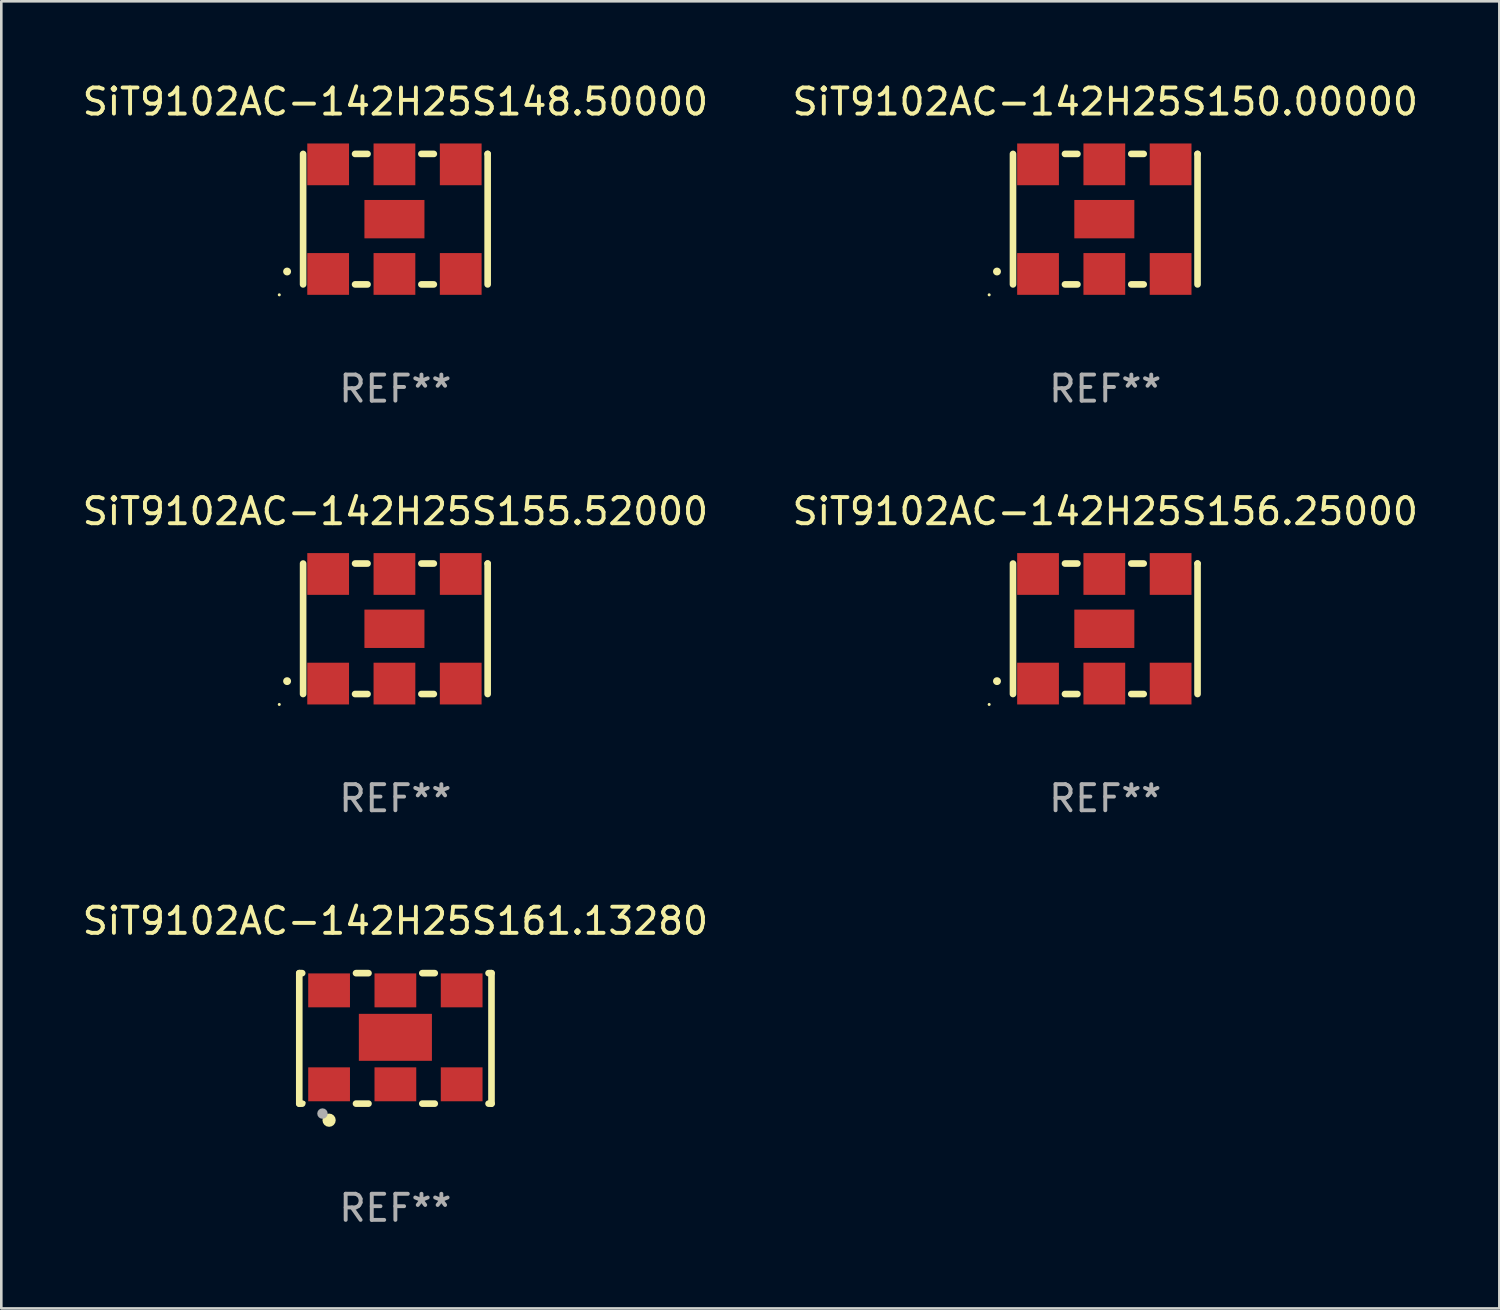
<source format=kicad_pcb>
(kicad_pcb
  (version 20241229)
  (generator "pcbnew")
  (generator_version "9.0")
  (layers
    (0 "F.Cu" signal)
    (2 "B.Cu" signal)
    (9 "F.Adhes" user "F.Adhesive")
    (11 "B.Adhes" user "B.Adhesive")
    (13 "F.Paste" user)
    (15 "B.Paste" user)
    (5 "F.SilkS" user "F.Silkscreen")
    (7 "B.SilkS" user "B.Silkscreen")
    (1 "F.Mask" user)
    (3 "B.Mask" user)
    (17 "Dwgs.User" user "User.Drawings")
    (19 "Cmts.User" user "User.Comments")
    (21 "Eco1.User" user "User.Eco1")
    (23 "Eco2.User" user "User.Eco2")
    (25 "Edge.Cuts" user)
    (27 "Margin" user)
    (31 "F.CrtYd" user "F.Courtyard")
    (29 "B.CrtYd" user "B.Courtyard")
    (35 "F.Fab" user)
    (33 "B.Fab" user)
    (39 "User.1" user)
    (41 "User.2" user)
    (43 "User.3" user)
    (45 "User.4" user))
  (footprint "SiT9102AC-142H25S155.52000"
    (layer "F.Cu")
    (at 12.101 21.045)
    (property "Reference" "SiT9102AC-142H25S155.52000" (at 0 -4.5 0) (layer "F.SilkS") (effects (font (size 1 1) (thickness 0.15))))
    (attr through_hole)
    (fp_line (start -3.536 -2.5) (end -3.536 2.5) (stroke (width 0.254) (type solid)) (layer "F.SilkS"))
    (fp_line (start -1.544 2.5) (end -1.067 2.5) (stroke (width 0.254) (type solid)) (layer "F.SilkS"))
    (fp_line (start -1.067 -2.5) (end -1.544 -2.5) (stroke (width 0.254) (type solid)) (layer "F.SilkS"))
    (fp_line (start 0.996 2.5) (end 1.473 2.5) (stroke (width 0.254) (type solid)) (layer "F.SilkS"))
    (fp_line (start 1.473 -2.5) (end 0.996 -2.5) (stroke (width 0.254) (type solid)) (layer "F.SilkS"))
    (fp_line (start 3.536 -2.5) (end 3.536 -2.5) (stroke (width 0.254) (type solid)) (layer "F.SilkS"))
    (fp_line (start 3.536 2.5) (end 3.536 -2.5) (stroke (width 0.254) (type solid)) (layer "F.SilkS"))
    (fp_arc (start -4.150432 2.006604) (mid -4.149162 2.006599) (end -4.147892 2.006604) (stroke (width 0.3) (type solid)) (layer "F.SilkS"))
    (fp_circle (center -4.449 2.9) (end -4.419 2.9) (stroke (width 0.06) (type solid)) (fill no) (layer "F.SilkS"))
    (fp_text user "REF**" (at 0 6.5 0) (layer "F.Fab") (effects (font (size 1 1) (thickness 0.15))))
    (pad "1" smd rect (at -2.576 2.1) (size 1.6 1.6) (layers "F.Cu" "F.Mask" "F.Paste"))
    (pad "2" smd rect (at -0.036 2.1) (size 1.6 1.6) (layers "F.Cu" "F.Mask" "F.Paste"))
    (pad "3" smd rect (at 2.504 2.1) (size 1.6 1.6) (layers "F.Cu" "F.Mask" "F.Paste"))
    (pad "4" smd rect (at 2.504 -2.1) (size 1.6 1.6) (layers "F.Cu" "F.Mask" "F.Paste"))
    (pad "5" smd rect (at -0.036 -2.1) (size 1.6 1.6) (layers "F.Cu" "F.Mask" "F.Paste"))
    (pad "6" smd rect (at -2.576 -2.1) (size 1.6 1.6) (layers "F.Cu" "F.Mask" "F.Paste"))
    (pad "7" smd rect (at -0.036 0) (size 2.3 1.47) (layers "F.Cu" "F.Mask" "F.Paste")))
  (footprint "SiT9102AC-142H25S156.25000"
    (layer "F.Cu")
    (at 39.304 21.045)
    (property "Reference" "SiT9102AC-142H25S156.25000" (at 0 -4.5 0) (layer "F.SilkS") (effects (font (size 1 1) (thickness 0.15))))
    (attr through_hole)
    (fp_line (start -3.536 -2.5) (end -3.536 2.5) (stroke (width 0.254) (type solid)) (layer "F.SilkS"))
    (fp_line (start -1.544 2.5) (end -1.067 2.5) (stroke (width 0.254) (type solid)) (layer "F.SilkS"))
    (fp_line (start -1.067 -2.5) (end -1.544 -2.5) (stroke (width 0.254) (type solid)) (layer "F.SilkS"))
    (fp_line (start 0.996 2.5) (end 1.473 2.5) (stroke (width 0.254) (type solid)) (layer "F.SilkS"))
    (fp_line (start 1.473 -2.5) (end 0.996 -2.5) (stroke (width 0.254) (type solid)) (layer "F.SilkS"))
    (fp_line (start 3.536 -2.5) (end 3.536 -2.5) (stroke (width 0.254) (type solid)) (layer "F.SilkS"))
    (fp_line (start 3.536 2.5) (end 3.536 -2.5) (stroke (width 0.254) (type solid)) (layer "F.SilkS"))
    (fp_arc (start -4.150432 2.006604) (mid -4.149162 2.006599) (end -4.147892 2.006604) (stroke (width 0.3) (type solid)) (layer "F.SilkS"))
    (fp_circle (center -4.449 2.9) (end -4.419 2.9) (stroke (width 0.06) (type solid)) (fill no) (layer "F.SilkS"))
    (fp_text user "REF**" (at 0 6.5 0) (layer "F.Fab") (effects (font (size 1 1) (thickness 0.15))))
    (pad "1" smd rect (at -2.576 2.1) (size 1.6 1.6) (layers "F.Cu" "F.Mask" "F.Paste"))
    (pad "2" smd rect (at -0.036 2.1) (size 1.6 1.6) (layers "F.Cu" "F.Mask" "F.Paste"))
    (pad "3" smd rect (at 2.504 2.1) (size 1.6 1.6) (layers "F.Cu" "F.Mask" "F.Paste"))
    (pad "4" smd rect (at 2.504 -2.1) (size 1.6 1.6) (layers "F.Cu" "F.Mask" "F.Paste"))
    (pad "5" smd rect (at -0.036 -2.1) (size 1.6 1.6) (layers "F.Cu" "F.Mask" "F.Paste"))
    (pad "6" smd rect (at -2.576 -2.1) (size 1.6 1.6) (layers "F.Cu" "F.Mask" "F.Paste"))
    (pad "7" smd rect (at -0.036 0) (size 2.3 1.47) (layers "F.Cu" "F.Mask" "F.Paste")))
  (footprint "SiT9102AC-142H25S161.13280"
    (layer "F.Cu")
    (at 12.101 36.741)
    (property "Reference" "SiT9102AC-142H25S161.13280" (at 0 -4.5 0) (layer "F.SilkS") (effects (font (size 1 1) (thickness 0.15))))
    (attr through_hole)
    (fp_line (start -3.683 -2.5) (end -3.571 -2.5) (stroke (width 0.254) (type solid)) (layer "F.SilkS"))
    (fp_line (start -3.683 2.5) (end -3.683 -2.5) (stroke (width 0.254) (type solid)) (layer "F.SilkS"))
    (fp_line (start -3.683 2.5) (end -3.571 2.5) (stroke (width 0.254) (type solid)) (layer "F.SilkS"))
    (fp_line (start -1.509 -2.5) (end -1.031 -2.5) (stroke (width 0.254) (type solid)) (layer "F.SilkS"))
    (fp_line (start -1.509 2.5) (end -1.031 2.5) (stroke (width 0.254) (type solid)) (layer "F.SilkS"))
    (fp_line (start 1.031 -2.5) (end 1.509 -2.5) (stroke (width 0.254) (type solid)) (layer "F.SilkS"))
    (fp_line (start 1.031 2.5) (end 1.509 2.5) (stroke (width 0.254) (type solid)) (layer "F.SilkS"))
    (fp_line (start 3.571 -2.5) (end 3.683 -2.5) (stroke (width 0.254) (type solid)) (layer "F.SilkS"))
    (fp_line (start 3.571 2.5) (end 3.683 2.5) (stroke (width 0.254) (type solid)) (layer "F.SilkS"))
    (fp_line (start 3.683 2.5) (end 3.683 -2.5) (stroke (width 0.254) (type solid)) (layer "F.SilkS"))
    (fp_circle (center -3.5 2.46) (end -3.47 2.46) (stroke (width 0.06) (type solid)) (fill no) (layer "F.SilkS"))
    (fp_circle (center -2.54 3.135) (end -2.413 3.135) (stroke (width 0.254) (type solid)) (fill no) (layer "F.SilkS"))
    (fp_circle (center -2.794 2.881) (end -2.694 2.881) (stroke (width 0.2) (type solid)) (fill no) (layer "F.Fab"))
    (fp_text user "REF**" (at 0 6.5 0) (layer "F.Fab") (effects (font (size 1 1) (thickness 0.15))))
    (pad "1" smd rect (at -2.54 1.76) (size 1.6 1.3) (layers "F.Cu" "F.Mask" "F.Paste"))
    (pad "2" smd rect (at 0 1.76) (size 1.6 1.3) (layers "F.Cu" "F.Mask" "F.Paste"))
    (pad "3" smd rect (at 2.54 1.76) (size 1.6 1.3) (layers "F.Cu" "F.Mask" "F.Paste"))
    (pad "4" smd rect (at 2.54 -1.84) (size 1.6 1.3) (layers "F.Cu" "F.Mask" "F.Paste"))
    (pad "5" smd rect (at 0 -1.84) (size 1.6 1.3) (layers "F.Cu" "F.Mask" "F.Paste"))
    (pad "6" smd rect (at -2.54 -1.84) (size 1.6 1.3) (layers "F.Cu" "F.Mask" "F.Paste"))
    (pad "7" smd rect (at 0 -0.04) (size 2.8 1.8) (layers "F.Cu" "F.Mask" "F.Paste")))
  (footprint "SiT9102AC-142H25S150.00000"
    (layer "F.Cu")
    (at 39.304 5.348)
    (property "Reference" "SiT9102AC-142H25S150.00000" (at 0 -4.5 0) (layer "F.SilkS") (effects (font (size 1 1) (thickness 0.15))))
    (attr through_hole)
    (fp_line (start -3.536 -2.5) (end -3.536 2.5) (stroke (width 0.254) (type solid)) (layer "F.SilkS"))
    (fp_line (start -1.544 2.5) (end -1.067 2.5) (stroke (width 0.254) (type solid)) (layer "F.SilkS"))
    (fp_line (start -1.067 -2.5) (end -1.544 -2.5) (stroke (width 0.254) (type solid)) (layer "F.SilkS"))
    (fp_line (start 0.996 2.5) (end 1.473 2.5) (stroke (width 0.254) (type solid)) (layer "F.SilkS"))
    (fp_line (start 1.473 -2.5) (end 0.996 -2.5) (stroke (width 0.254) (type solid)) (layer "F.SilkS"))
    (fp_line (start 3.536 -2.5) (end 3.536 -2.5) (stroke (width 0.254) (type solid)) (layer "F.SilkS"))
    (fp_line (start 3.536 2.5) (end 3.536 -2.5) (stroke (width 0.254) (type solid)) (layer "F.SilkS"))
    (fp_arc (start -4.150432 2.006604) (mid -4.149162 2.006599) (end -4.147892 2.006604) (stroke (width 0.3) (type solid)) (layer "F.SilkS"))
    (fp_circle (center -4.449 2.9) (end -4.419 2.9) (stroke (width 0.06) (type solid)) (fill no) (layer "F.SilkS"))
    (fp_text user "REF**" (at 0 6.5 0) (layer "F.Fab") (effects (font (size 1 1) (thickness 0.15))))
    (pad "1" smd rect (at -2.576 2.1) (size 1.6 1.6) (layers "F.Cu" "F.Mask" "F.Paste"))
    (pad "2" smd rect (at -0.036 2.1) (size 1.6 1.6) (layers "F.Cu" "F.Mask" "F.Paste"))
    (pad "3" smd rect (at 2.504 2.1) (size 1.6 1.6) (layers "F.Cu" "F.Mask" "F.Paste"))
    (pad "4" smd rect (at 2.504 -2.1) (size 1.6 1.6) (layers "F.Cu" "F.Mask" "F.Paste"))
    (pad "5" smd rect (at -0.036 -2.1) (size 1.6 1.6) (layers "F.Cu" "F.Mask" "F.Paste"))
    (pad "6" smd rect (at -2.576 -2.1) (size 1.6 1.6) (layers "F.Cu" "F.Mask" "F.Paste"))
    (pad "7" smd rect (at -0.036 0) (size 2.3 1.47) (layers "F.Cu" "F.Mask" "F.Paste")))
  (footprint "SiT9102AC-142H25S148.50000"
    (layer "F.Cu")
    (at 12.101 5.348)
    (property "Reference" "SiT9102AC-142H25S148.50000" (at 0 -4.5 0) (layer "F.SilkS") (effects (font (size 1 1) (thickness 0.15))))
    (attr through_hole)
    (fp_line (start -3.536 -2.5) (end -3.536 2.5) (stroke (width 0.254) (type solid)) (layer "F.SilkS"))
    (fp_line (start -1.544 2.5) (end -1.067 2.5) (stroke (width 0.254) (type solid)) (layer "F.SilkS"))
    (fp_line (start -1.067 -2.5) (end -1.544 -2.5) (stroke (width 0.254) (type solid)) (layer "F.SilkS"))
    (fp_line (start 0.996 2.5) (end 1.473 2.5) (stroke (width 0.254) (type solid)) (layer "F.SilkS"))
    (fp_line (start 1.473 -2.5) (end 0.996 -2.5) (stroke (width 0.254) (type solid)) (layer "F.SilkS"))
    (fp_line (start 3.536 -2.5) (end 3.536 -2.5) (stroke (width 0.254) (type solid)) (layer "F.SilkS"))
    (fp_line (start 3.536 2.5) (end 3.536 -2.5) (stroke (width 0.254) (type solid)) (layer "F.SilkS"))
    (fp_arc (start -4.150432 2.006604) (mid -4.149162 2.006599) (end -4.147892 2.006604) (stroke (width 0.3) (type solid)) (layer "F.SilkS"))
    (fp_circle (center -4.449 2.9) (end -4.419 2.9) (stroke (width 0.06) (type solid)) (fill no) (layer "F.SilkS"))
    (fp_text user "REF**" (at 0 6.5 0) (layer "F.Fab") (effects (font (size 1 1) (thickness 0.15))))
    (pad "1" smd rect (at -2.576 2.1) (size 1.6 1.6) (layers "F.Cu" "F.Mask" "F.Paste"))
    (pad "2" smd rect (at -0.036 2.1) (size 1.6 1.6) (layers "F.Cu" "F.Mask" "F.Paste"))
    (pad "3" smd rect (at 2.504 2.1) (size 1.6 1.6) (layers "F.Cu" "F.Mask" "F.Paste"))
    (pad "4" smd rect (at 2.504 -2.1) (size 1.6 1.6) (layers "F.Cu" "F.Mask" "F.Paste"))
    (pad "5" smd rect (at -0.036 -2.1) (size 1.6 1.6) (layers "F.Cu" "F.Mask" "F.Paste"))
    (pad "6" smd rect (at -2.576 -2.1) (size 1.6 1.6) (layers "F.Cu" "F.Mask" "F.Paste"))
    (pad "7" smd rect (at -0.036 0) (size 2.3 1.47) (layers "F.Cu" "F.Mask" "F.Paste")))
  (gr_rect
    (start -3 -3)
    (end 54.405 47.09)
    (stroke (width 0.1) (type default))
    (fill no)
    (layer "Edge.Cuts")))
</source>
